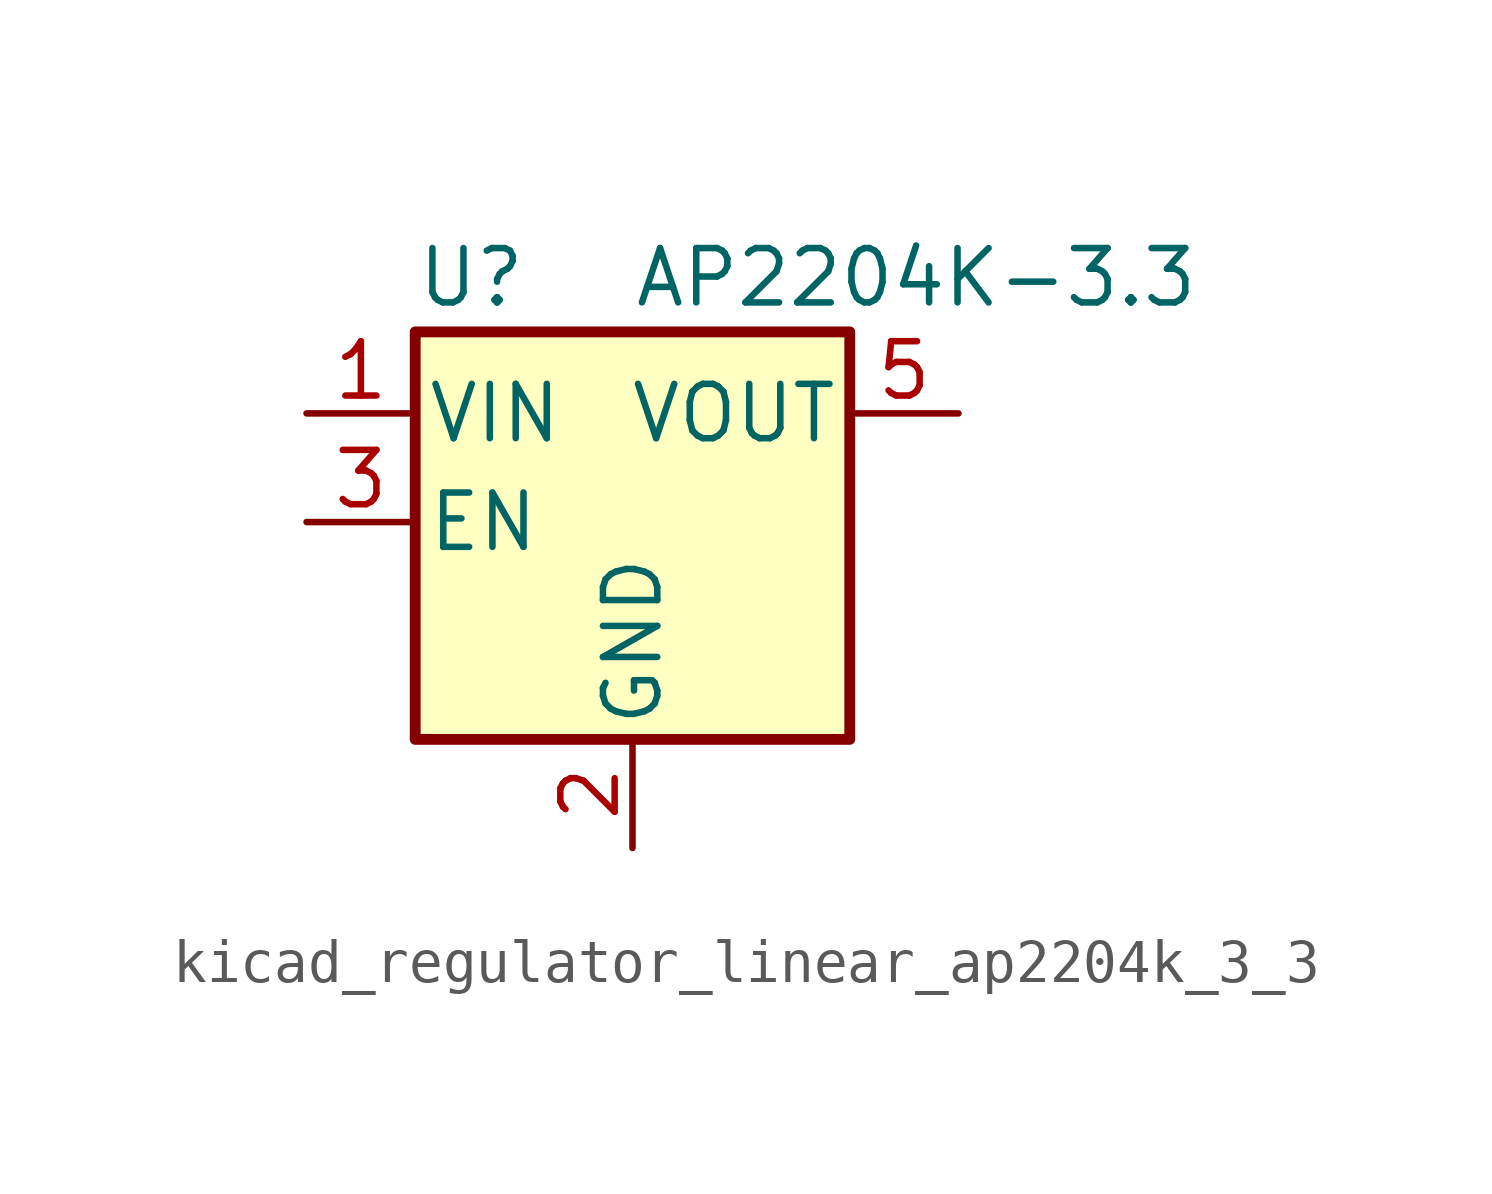
<source format=kicad_sym>
(kicad_symbol_lib
  (version 20220914)
  (generator kicad_symbol_editor)
  (symbol "kicad_regulator_linear_ap2204k_3_3"
    (pin_names
      (offset 0.254))
    (property "Reference" "U"
      (at -5.08 5.715 0)
      (effects (font (size 1.27 1.27)) (justify left)))
    (property "Value" "AP2204K-3.3"
      (at 0 5.715 0)
      (effects (font (size 1.27 1.27)) (justify left)))
    (symbol "kicad_regulator_linear_ap2204k_3_3_0_1"
      (rectangle (start -5.08 4.445) (end 5.08 -5.08) (stroke (width 0.254) (type default)) (fill (type background))))
    (symbol "kicad_regulator_linear_ap2204k_3_3_1_1"
      (pin power_in line (at -7.62 2.54 0) (length 2.54) (name "VIN" (effects (font (size 1.27 1.27)))) (number "1" (effects (font (size 1.27 1.27)))))
      (pin power_in line (at 0 -7.62 90) (length 2.54) (name "GND" (effects (font (size 1.27 1.27)))) (number "2" (effects (font (size 1.27 1.27)))))
      (pin input line (at -7.62 0 0) (length 2.54) (name "EN" (effects (font (size 1.27 1.27)))) (number "3" (effects (font (size 1.27 1.27)))))
      (pin no_connect line (at 5.08 0 180) (length 2.54) hide (name "NC" (effects (font (size 1.27 1.27)))) (number "4" (effects (font (size 1.27 1.27)))))
      (pin power_out line (at 7.62 2.54 180) (length 2.54) (name "VOUT" (effects (font (size 1.27 1.27)))) (number "5" (effects (font (size 1.27 1.27))))))))
</source>
